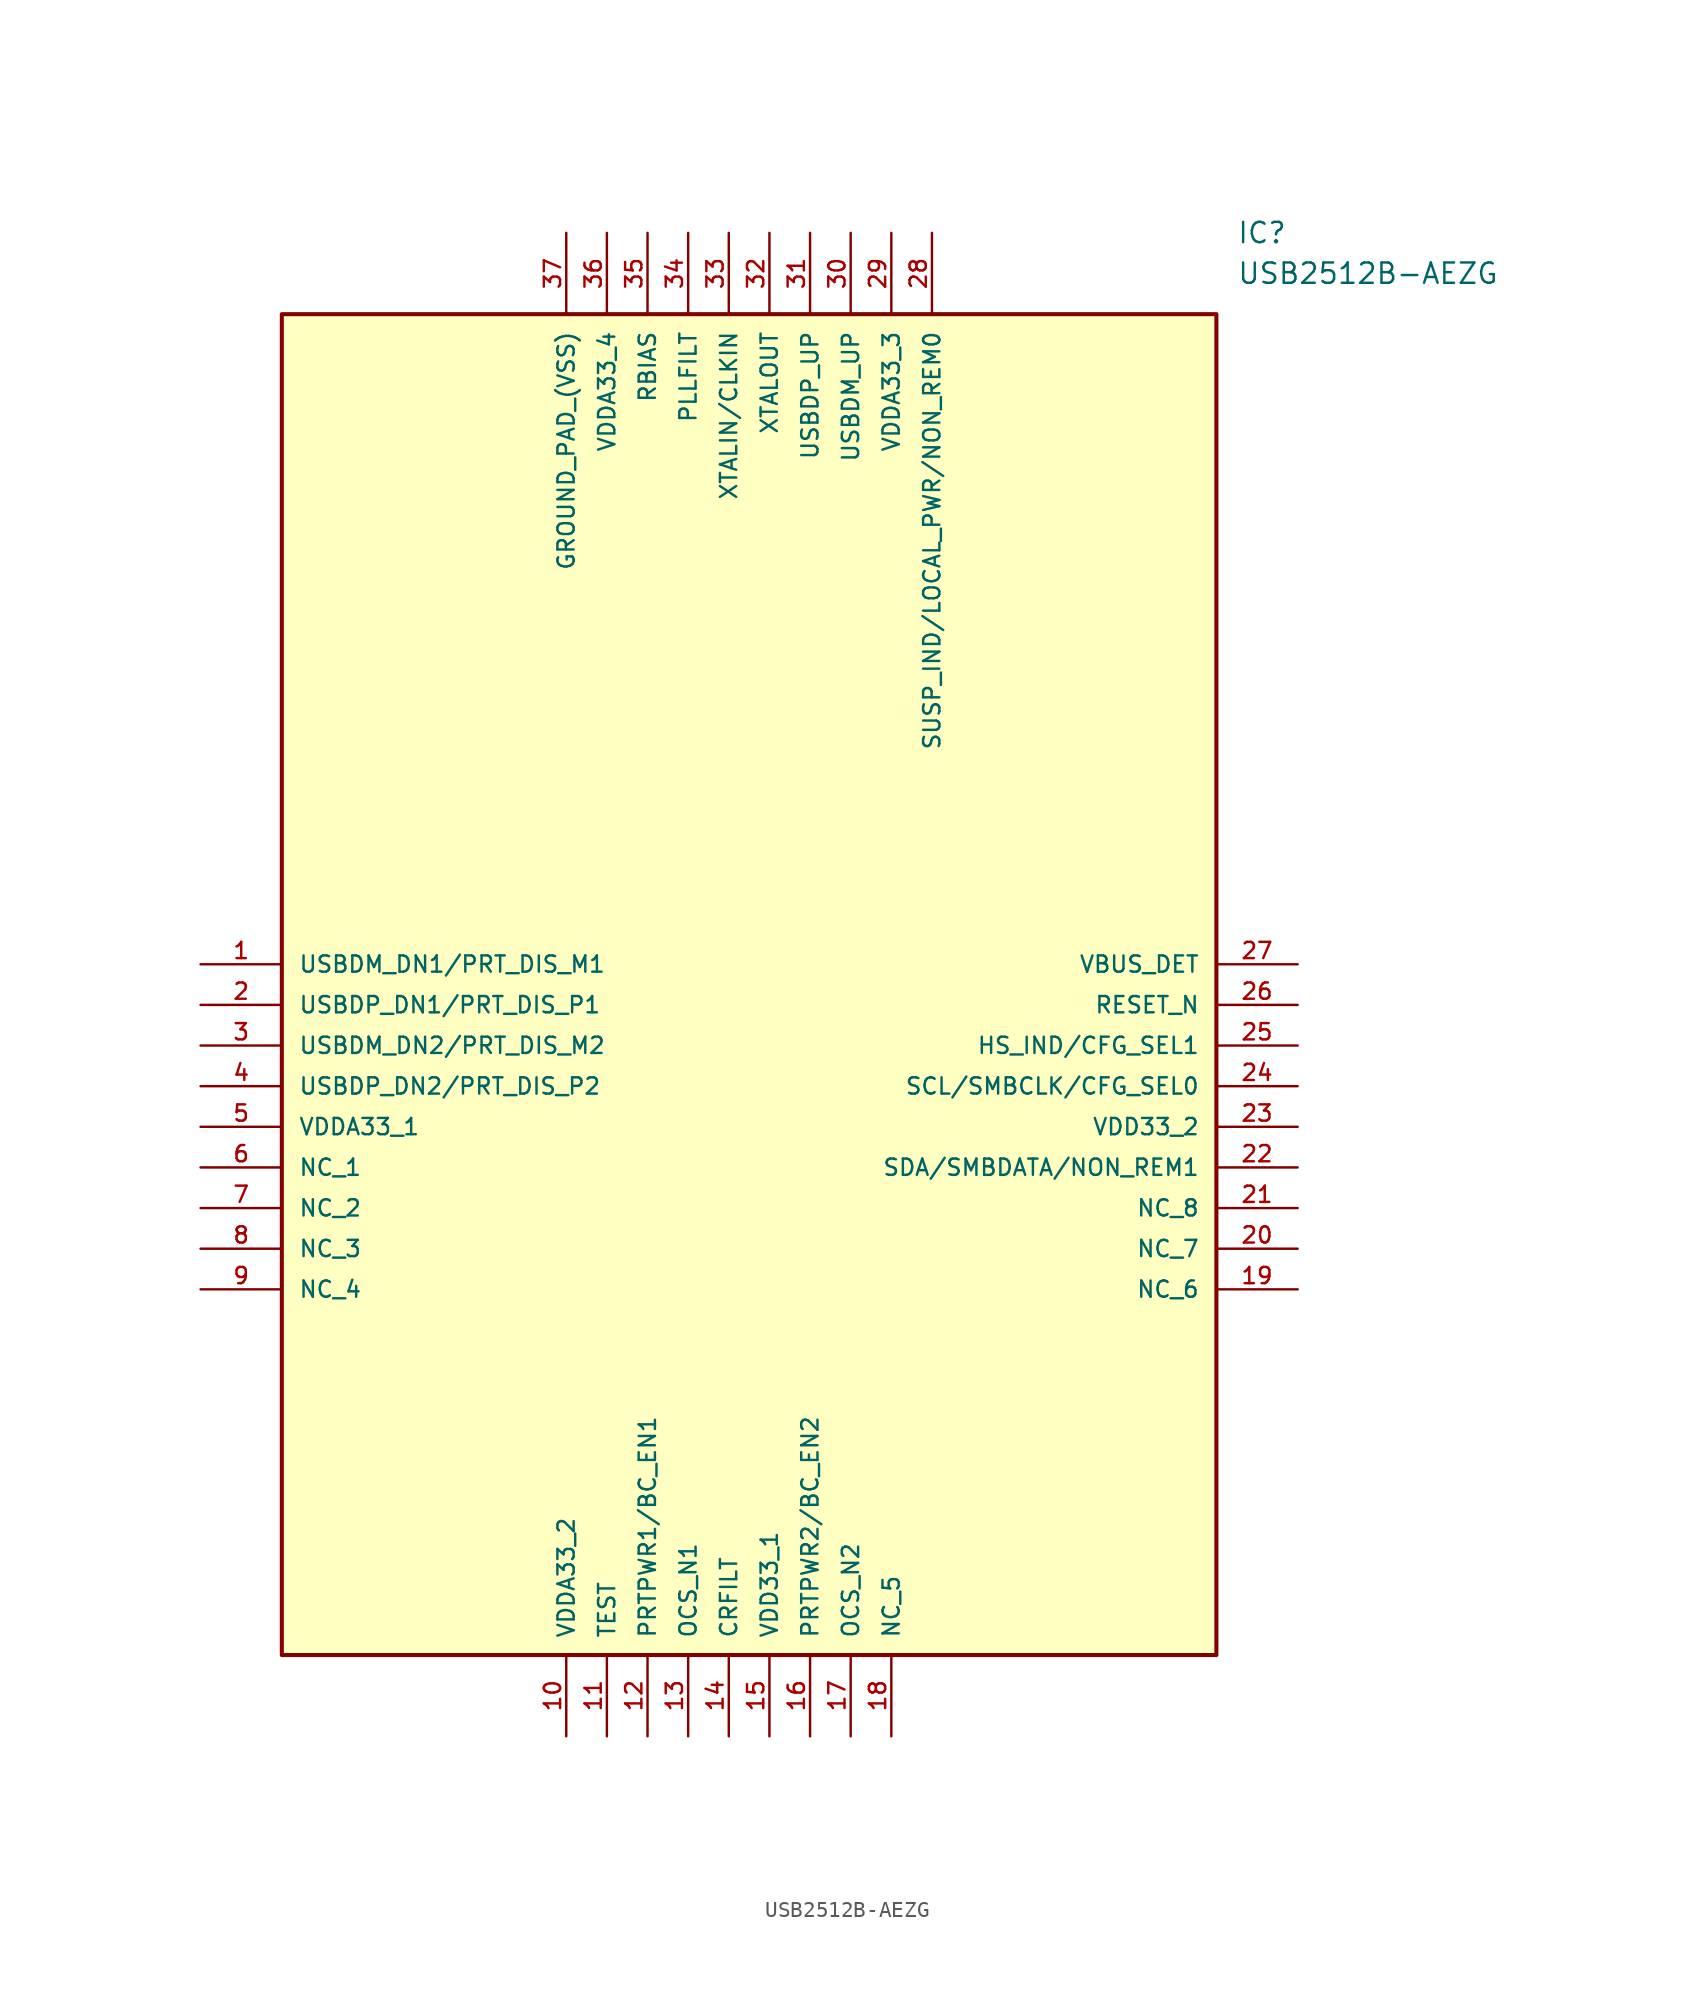
<source format=kicad_sym>
(kicad_symbol_lib
  (version 20211014)
  (generator kicad_symbol_editor)
  (symbol "USB2512B-AEZG"
    (pin_names
      (offset 1.016))
    (property "Reference" "IC"
      (at 64.77 45.72 0)
      (effects (font (size 1.27 1.27)) (justify left)))
    (property "Value" "USB2512B-AEZG"
      (at 64.77 43.18 0)
      (effects (font (size 1.27 1.27)) (justify left)))
    (symbol "USB2512B-AEZG_0_0"
      (rectangle (start 5.08 -43.18) (end 63.5 40.64) (stroke (width 0.254)) (fill (type background)))
      (pin bidirectional line (at 0.0 0.0 0) (length 5.08) (name "USBDM_DN1/PRT_DIS_M1" (effects (font (size 1.016 1.016)))) (number "1" (effects (font (size 1.016 1.016)))))
      (pin bidirectional line (at 0.0 -2.54 0) (length 5.08) (name "USBDP_DN1/PRT_DIS_P1" (effects (font (size 1.016 1.016)))) (number "2" (effects (font (size 1.016 1.016)))))
      (pin bidirectional line (at 0.0 -5.08 0) (length 5.08) (name "USBDM_DN2/PRT_DIS_M2" (effects (font (size 1.016 1.016)))) (number "3" (effects (font (size 1.016 1.016)))))
      (pin bidirectional line (at 0.0 -7.62 0) (length 5.08) (name "USBDP_DN2/PRT_DIS_P2" (effects (font (size 1.016 1.016)))) (number "4" (effects (font (size 1.016 1.016)))))
      (pin bidirectional line (at 0.0 -10.16 0) (length 5.08) (name "VDDA33_1" (effects (font (size 1.016 1.016)))) (number "5" (effects (font (size 1.016 1.016)))))
      (pin bidirectional line (at 0.0 -12.7 0) (length 5.08) (name "NC_1" (effects (font (size 1.016 1.016)))) (number "6" (effects (font (size 1.016 1.016)))))
      (pin bidirectional line (at 0.0 -15.24 0) (length 5.08) (name "NC_2" (effects (font (size 1.016 1.016)))) (number "7" (effects (font (size 1.016 1.016)))))
      (pin bidirectional line (at 0.0 -17.78 0) (length 5.08) (name "NC_3" (effects (font (size 1.016 1.016)))) (number "8" (effects (font (size 1.016 1.016)))))
      (pin bidirectional line (at 0.0 -20.32 0) (length 5.08) (name "NC_4" (effects (font (size 1.016 1.016)))) (number "9" (effects (font (size 1.016 1.016)))))
      (pin bidirectional line (at 22.86 -48.26 90.0) (length 5.08) (name "VDDA33_2" (effects (font (size 1.016 1.016)))) (number "10" (effects (font (size 1.016 1.016)))))
      (pin bidirectional line (at 25.4 -48.26 90.0) (length 5.08) (name "TEST" (effects (font (size 1.016 1.016)))) (number "11" (effects (font (size 1.016 1.016)))))
      (pin bidirectional line (at 27.94 -48.26 90.0) (length 5.08) (name "PRTPWR1/BC_EN1" (effects (font (size 1.016 1.016)))) (number "12" (effects (font (size 1.016 1.016)))))
      (pin bidirectional line (at 30.48 -48.26 90.0) (length 5.08) (name "OCS_N1" (effects (font (size 1.016 1.016)))) (number "13" (effects (font (size 1.016 1.016)))))
      (pin bidirectional line (at 33.02 -48.26 90.0) (length 5.08) (name "CRFILT" (effects (font (size 1.016 1.016)))) (number "14" (effects (font (size 1.016 1.016)))))
      (pin bidirectional line (at 35.56 -48.26 90.0) (length 5.08) (name "VDD33_1" (effects (font (size 1.016 1.016)))) (number "15" (effects (font (size 1.016 1.016)))))
      (pin bidirectional line (at 38.1 -48.26 90.0) (length 5.08) (name "PRTPWR2/BC_EN2" (effects (font (size 1.016 1.016)))) (number "16" (effects (font (size 1.016 1.016)))))
      (pin bidirectional line (at 40.64 -48.26 90.0) (length 5.08) (name "OCS_N2" (effects (font (size 1.016 1.016)))) (number "17" (effects (font (size 1.016 1.016)))))
      (pin bidirectional line (at 43.18 -48.26 90.0) (length 5.08) (name "NC_5" (effects (font (size 1.016 1.016)))) (number "18" (effects (font (size 1.016 1.016)))))
      (pin bidirectional line (at 68.58 0.0 180.0) (length 5.08) (name "VBUS_DET" (effects (font (size 1.016 1.016)))) (number "27" (effects (font (size 1.016 1.016)))))
      (pin bidirectional line (at 68.58 -2.54 180.0) (length 5.08) (name "RESET_N" (effects (font (size 1.016 1.016)))) (number "26" (effects (font (size 1.016 1.016)))))
      (pin bidirectional line (at 68.58 -5.08 180.0) (length 5.08) (name "HS_IND/CFG_SEL1" (effects (font (size 1.016 1.016)))) (number "25" (effects (font (size 1.016 1.016)))))
      (pin bidirectional line (at 68.58 -7.62 180.0) (length 5.08) (name "SCL/SMBCLK/CFG_SEL0" (effects (font (size 1.016 1.016)))) (number "24" (effects (font (size 1.016 1.016)))))
      (pin bidirectional line (at 68.58 -10.16 180.0) (length 5.08) (name "VDD33_2" (effects (font (size 1.016 1.016)))) (number "23" (effects (font (size 1.016 1.016)))))
      (pin bidirectional line (at 68.58 -12.7 180.0) (length 5.08) (name "SDA/SMBDATA/NON_REM1" (effects (font (size 1.016 1.016)))) (number "22" (effects (font (size 1.016 1.016)))))
      (pin bidirectional line (at 68.58 -15.24 180.0) (length 5.08) (name "NC_8" (effects (font (size 1.016 1.016)))) (number "21" (effects (font (size 1.016 1.016)))))
      (pin bidirectional line (at 68.58 -17.78 180.0) (length 5.08) (name "NC_7" (effects (font (size 1.016 1.016)))) (number "20" (effects (font (size 1.016 1.016)))))
      (pin bidirectional line (at 68.58 -20.32 180.0) (length 5.08) (name "NC_6" (effects (font (size 1.016 1.016)))) (number "19" (effects (font (size 1.016 1.016)))))
      (pin bidirectional line (at 22.86 45.72 270.0) (length 5.08) (name "GROUND_PAD_(VSS)" (effects (font (size 1.016 1.016)))) (number "37" (effects (font (size 1.016 1.016)))))
      (pin bidirectional line (at 25.4 45.72 270.0) (length 5.08) (name "VDDA33_4" (effects (font (size 1.016 1.016)))) (number "36" (effects (font (size 1.016 1.016)))))
      (pin bidirectional line (at 27.94 45.72 270.0) (length 5.08) (name "RBIAS" (effects (font (size 1.016 1.016)))) (number "35" (effects (font (size 1.016 1.016)))))
      (pin bidirectional line (at 30.48 45.72 270.0) (length 5.08) (name "PLLFILT" (effects (font (size 1.016 1.016)))) (number "34" (effects (font (size 1.016 1.016)))))
      (pin bidirectional line (at 33.02 45.72 270.0) (length 5.08) (name "XTALIN/CLKIN" (effects (font (size 1.016 1.016)))) (number "33" (effects (font (size 1.016 1.016)))))
      (pin bidirectional line (at 35.56 45.72 270.0) (length 5.08) (name "XTALOUT" (effects (font (size 1.016 1.016)))) (number "32" (effects (font (size 1.016 1.016)))))
      (pin bidirectional line (at 38.1 45.72 270.0) (length 5.08) (name "USBDP_UP" (effects (font (size 1.016 1.016)))) (number "31" (effects (font (size 1.016 1.016)))))
      (pin bidirectional line (at 40.64 45.72 270.0) (length 5.08) (name "USBDM_UP" (effects (font (size 1.016 1.016)))) (number "30" (effects (font (size 1.016 1.016)))))
      (pin bidirectional line (at 43.18 45.72 270.0) (length 5.08) (name "VDDA33_3" (effects (font (size 1.016 1.016)))) (number "29" (effects (font (size 1.016 1.016)))))
      (pin bidirectional line (at 45.72 45.72 270.0) (length 5.08) (name "SUSP_IND/LOCAL_PWR/NON_REM0" (effects (font (size 1.016 1.016)))) (number "28" (effects (font (size 1.016 1.016))))))))
</source>
